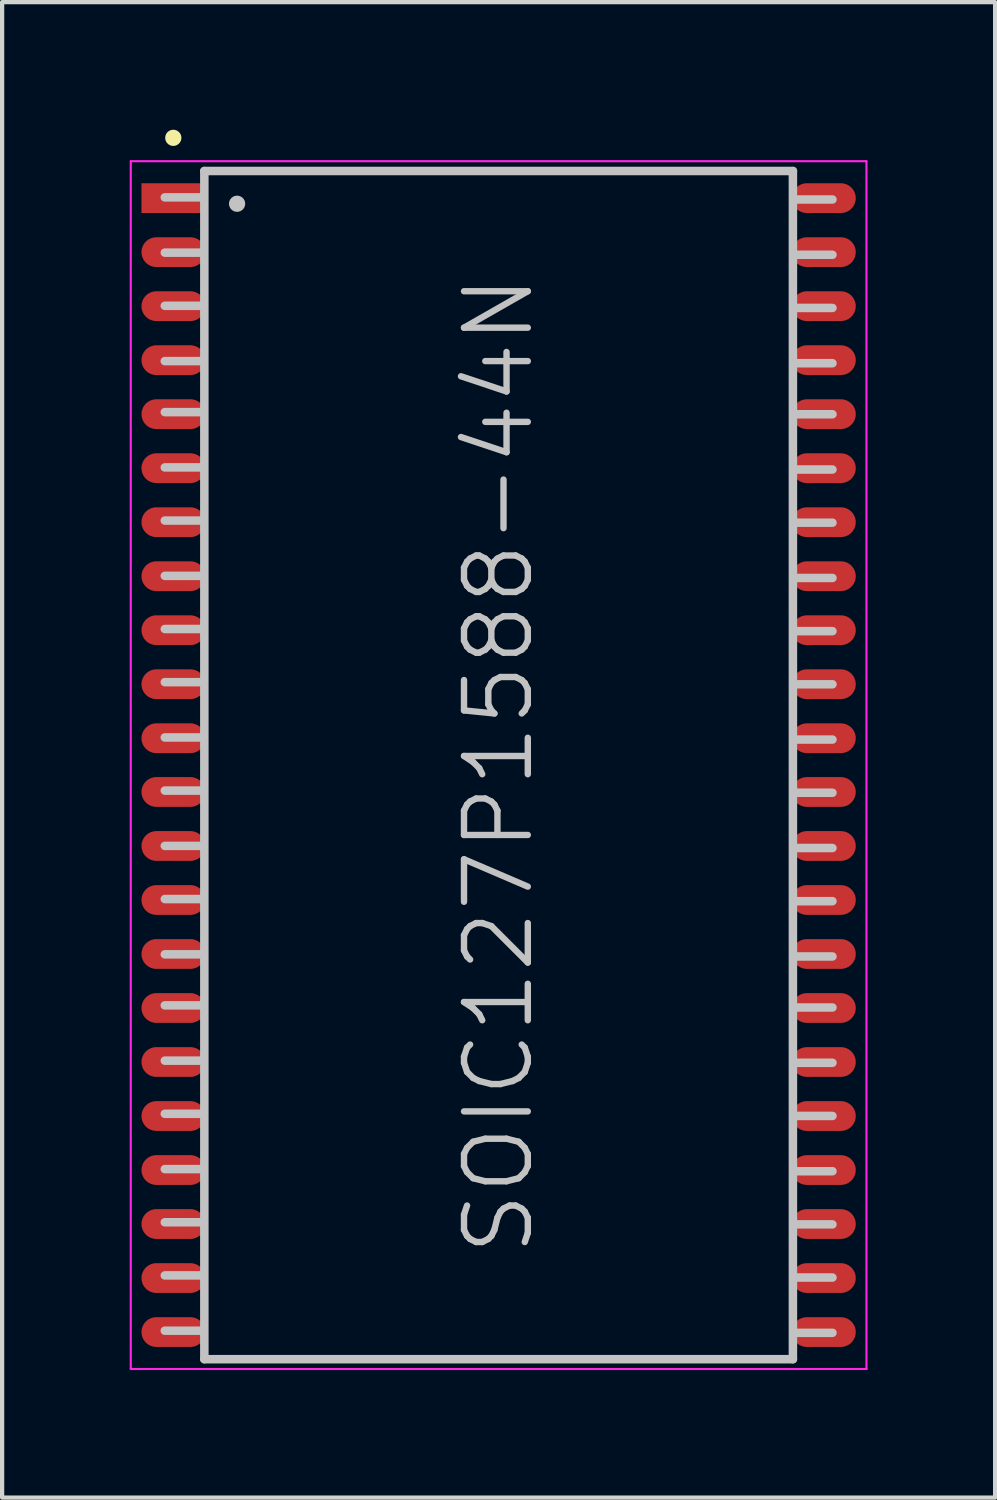
<source format=kicad_pcb>
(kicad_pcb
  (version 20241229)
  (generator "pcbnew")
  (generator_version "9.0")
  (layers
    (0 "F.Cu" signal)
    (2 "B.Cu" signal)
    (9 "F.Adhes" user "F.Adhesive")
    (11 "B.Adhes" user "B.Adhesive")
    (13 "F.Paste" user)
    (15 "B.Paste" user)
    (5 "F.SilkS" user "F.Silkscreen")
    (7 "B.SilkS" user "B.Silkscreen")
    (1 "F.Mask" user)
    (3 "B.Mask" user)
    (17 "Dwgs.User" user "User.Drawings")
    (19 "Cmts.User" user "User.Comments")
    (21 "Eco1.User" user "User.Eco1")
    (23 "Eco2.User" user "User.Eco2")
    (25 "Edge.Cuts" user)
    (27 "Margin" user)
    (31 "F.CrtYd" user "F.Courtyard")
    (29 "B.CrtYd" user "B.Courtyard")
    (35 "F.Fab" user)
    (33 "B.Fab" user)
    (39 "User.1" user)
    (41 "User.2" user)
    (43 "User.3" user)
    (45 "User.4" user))
  (footprint "SOIC127P1588-44N"
    (layer "F.Cu")
    (at 8.675 14.941)
    (property "Reference" "SOIC127P1588-44N" (at 0 0 90) (layer "Dwgs.User") (effects (font (size 1.5 1.5) (thickness 0.15))))
    (attr smd)
    (fp_line (start -7.65 -14.75) (end -7.65 -14.75) (stroke (width 0.381) (type solid)) (layer "F.SilkS"))
    (fp_line (start -6.95 -13.35) (end -7.85 -13.35) (stroke (width 0.2) (type solid)) (layer "Dwgs.User"))
    (fp_line (start -6.95 -12.05) (end -7.85 -12.05) (stroke (width 0.2) (type solid)) (layer "Dwgs.User"))
    (fp_line (start -6.95 -10.8) (end -7.85 -10.8) (stroke (width 0.2) (type solid)) (layer "Dwgs.User"))
    (fp_line (start -6.95 -9.5) (end -7.85 -9.5) (stroke (width 0.2) (type solid)) (layer "Dwgs.User"))
    (fp_line (start -6.95 -8.3) (end -7.85 -8.3) (stroke (width 0.2) (type solid)) (layer "Dwgs.User"))
    (fp_line (start -6.95 -7) (end -7.85 -7) (stroke (width 0.2) (type solid)) (layer "Dwgs.User"))
    (fp_line (start -6.95 -5.75) (end -7.85 -5.75) (stroke (width 0.2) (type solid)) (layer "Dwgs.User"))
    (fp_line (start -6.95 -4.45) (end -7.85 -4.45) (stroke (width 0.2) (type solid)) (layer "Dwgs.User"))
    (fp_line (start -6.95 -3.2) (end -7.85 -3.2) (stroke (width 0.2) (type solid)) (layer "Dwgs.User"))
    (fp_line (start -6.95 -1.95) (end -7.85 -1.95) (stroke (width 0.2) (type solid)) (layer "Dwgs.User"))
    (fp_line (start -6.95 -0.65) (end -7.85 -0.65) (stroke (width 0.2) (type solid)) (layer "Dwgs.User"))
    (fp_line (start -6.95 0.6) (end -7.85 0.6) (stroke (width 0.2) (type solid)) (layer "Dwgs.User"))
    (fp_line (start -6.95 1.9) (end -7.85 1.9) (stroke (width 0.2) (type solid)) (layer "Dwgs.User"))
    (fp_line (start -6.95 3.15) (end -7.85 3.15) (stroke (width 0.2) (type solid)) (layer "Dwgs.User"))
    (fp_line (start -6.95 4.45) (end -7.85 4.45) (stroke (width 0.2) (type solid)) (layer "Dwgs.User"))
    (fp_line (start -6.95 5.65) (end -7.85 5.65) (stroke (width 0.2) (type solid)) (layer "Dwgs.User"))
    (fp_line (start -6.95 6.95) (end -7.85 6.95) (stroke (width 0.2) (type solid)) (layer "Dwgs.User"))
    (fp_line (start -6.95 8.2) (end -7.85 8.2) (stroke (width 0.2) (type solid)) (layer "Dwgs.User"))
    (fp_line (start -6.95 9.5) (end -7.85 9.5) (stroke (width 0.2) (type solid)) (layer "Dwgs.User"))
    (fp_line (start -6.95 10.75) (end -7.85 10.75) (stroke (width 0.2) (type solid)) (layer "Dwgs.User"))
    (fp_line (start -6.95 12) (end -7.85 12) (stroke (width 0.2) (type solid)) (layer "Dwgs.User"))
    (fp_line (start -6.95 13.3) (end -7.85 13.3) (stroke (width 0.2) (type solid)) (layer "Dwgs.User"))
    (fp_line (start -6.92 -13.97) (end -6.92 13.97) (stroke (width 0.2) (type solid)) (layer "Dwgs.User"))
    (fp_line (start -6.92 -13.97) (end 6.92 -13.97) (stroke (width 0.2) (type solid)) (layer "Dwgs.User"))
    (fp_line (start -6.92 13.97) (end 6.92 13.97) (stroke (width 0.2) (type solid)) (layer "Dwgs.User"))
    (fp_line (start -6.15 -13.2) (end -6.15 -13.2) (stroke (width 0.381) (type solid)) (layer "Dwgs.User"))
    (fp_line (start 6.92 -13.97) (end 6.92 13.97) (stroke (width 0.2) (type solid)) (layer "Dwgs.User"))
    (fp_line (start 7.85 -13.3) (end 6.95 -13.3) (stroke (width 0.2) (type solid)) (layer "Dwgs.User"))
    (fp_line (start 7.85 -12) (end 6.95 -12) (stroke (width 0.2) (type solid)) (layer "Dwgs.User"))
    (fp_line (start 7.85 -10.75) (end 6.95 -10.75) (stroke (width 0.2) (type solid)) (layer "Dwgs.User"))
    (fp_line (start 7.85 -9.45) (end 6.95 -9.45) (stroke (width 0.2) (type solid)) (layer "Dwgs.User"))
    (fp_line (start 7.85 -8.25) (end 6.95 -8.25) (stroke (width 0.2) (type solid)) (layer "Dwgs.User"))
    (fp_line (start 7.85 -6.95) (end 6.95 -6.95) (stroke (width 0.2) (type solid)) (layer "Dwgs.User"))
    (fp_line (start 7.85 -5.7) (end 6.95 -5.7) (stroke (width 0.2) (type solid)) (layer "Dwgs.User"))
    (fp_line (start 7.85 -4.4) (end 6.95 -4.4) (stroke (width 0.2) (type solid)) (layer "Dwgs.User"))
    (fp_line (start 7.85 -3.15) (end 6.95 -3.15) (stroke (width 0.2) (type solid)) (layer "Dwgs.User"))
    (fp_line (start 7.85 -1.9) (end 6.95 -1.9) (stroke (width 0.2) (type solid)) (layer "Dwgs.User"))
    (fp_line (start 7.85 -0.6) (end 6.95 -0.6) (stroke (width 0.2) (type solid)) (layer "Dwgs.User"))
    (fp_line (start 7.85 0.65) (end 6.95 0.65) (stroke (width 0.2) (type solid)) (layer "Dwgs.User"))
    (fp_line (start 7.85 1.95) (end 6.95 1.95) (stroke (width 0.2) (type solid)) (layer "Dwgs.User"))
    (fp_line (start 7.85 3.2) (end 6.95 3.2) (stroke (width 0.2) (type solid)) (layer "Dwgs.User"))
    (fp_line (start 7.85 4.5) (end 6.95 4.5) (stroke (width 0.2) (type solid)) (layer "Dwgs.User"))
    (fp_line (start 7.85 5.7) (end 6.95 5.7) (stroke (width 0.2) (type solid)) (layer "Dwgs.User"))
    (fp_line (start 7.85 7) (end 6.95 7) (stroke (width 0.2) (type solid)) (layer "Dwgs.User"))
    (fp_line (start 7.85 8.25) (end 6.95 8.25) (stroke (width 0.2) (type solid)) (layer "Dwgs.User"))
    (fp_line (start 7.85 9.55) (end 6.95 9.55) (stroke (width 0.2) (type solid)) (layer "Dwgs.User"))
    (fp_line (start 7.85 10.8) (end 6.95 10.8) (stroke (width 0.2) (type solid)) (layer "Dwgs.User"))
    (fp_line (start 7.85 12.05) (end 6.95 12.05) (stroke (width 0.2) (type solid)) (layer "Dwgs.User"))
    (fp_line (start 7.85 13.35) (end 6.95 13.35) (stroke (width 0.2) (type solid)) (layer "Dwgs.User"))
    (fp_line (start -8.65 -14.2) (end -8.65 14.2) (stroke (width 0.05) (type solid)) (layer "F.CrtYd"))
    (fp_line (start -8.65 -14.2) (end 8.65 -14.2) (stroke (width 0.05) (type solid)) (layer "F.CrtYd"))
    (fp_line (start -8.65 14.2) (end 8.65 14.2) (stroke (width 0.05) (type solid)) (layer "F.CrtYd"))
    (fp_line (start 8.65 -14.2) (end 8.65 14.2) (stroke (width 0.05) (type solid)) (layer "F.CrtYd"))
    (pad "1" smd rect (at -7.648 -13.332 90) (size 0.7 1.5) (layers "F.Cu" "F.Mask" "F.Paste"))
    (pad "2" smd oval (at -7.648 -12.062 90) (size 0.7 1.5) (layers "F.Cu" "F.Mask" "F.Paste"))
    (pad "3" smd oval (at -7.648 -10.792 90) (size 0.7 1.5) (layers "F.Cu" "F.Mask" "F.Paste"))
    (pad "4" smd oval (at -7.648 -9.522 90) (size 0.7 1.5) (layers "F.Cu" "F.Mask" "F.Paste"))
    (pad "5" smd oval (at -7.648 -8.252 90) (size 0.7 1.5) (layers "F.Cu" "F.Mask" "F.Paste"))
    (pad "6" smd oval (at -7.648 -6.982 90) (size 0.7 1.5) (layers "F.Cu" "F.Mask" "F.Paste"))
    (pad "7" smd oval (at -7.648 -5.712 90) (size 0.7 1.5) (layers "F.Cu" "F.Mask" "F.Paste"))
    (pad "8" smd oval (at -7.648 -4.442 90) (size 0.7 1.5) (layers "F.Cu" "F.Mask" "F.Paste"))
    (pad "9" smd oval (at -7.648 -3.172 90) (size 0.7 1.5) (layers "F.Cu" "F.Mask" "F.Paste"))
    (pad "10" smd oval (at -7.648 -1.902 90) (size 0.7 1.5) (layers "F.Cu" "F.Mask" "F.Paste"))
    (pad "11" smd oval (at -7.648 -0.632 90) (size 0.7 1.5) (layers "F.Cu" "F.Mask" "F.Paste"))
    (pad "12" smd oval (at -7.648 0.632 90) (size 0.7 1.5) (layers "F.Cu" "F.Mask" "F.Paste"))
    (pad "13" smd oval (at -7.648 1.902 90) (size 0.7 1.5) (layers "F.Cu" "F.Mask" "F.Paste"))
    (pad "14" smd oval (at -7.648 3.172 90) (size 0.7 1.5) (layers "F.Cu" "F.Mask" "F.Paste"))
    (pad "15" smd oval (at -7.648 4.442 90) (size 0.7 1.5) (layers "F.Cu" "F.Mask" "F.Paste"))
    (pad "16" smd oval (at -7.648 5.712 90) (size 0.7 1.5) (layers "F.Cu" "F.Mask" "F.Paste"))
    (pad "17" smd oval (at -7.648 6.982 90) (size 0.7 1.5) (layers "F.Cu" "F.Mask" "F.Paste"))
    (pad "18" smd oval (at -7.648 8.252 90) (size 0.7 1.5) (layers "F.Cu" "F.Mask" "F.Paste"))
    (pad "19" smd oval (at -7.648 9.522 90) (size 0.7 1.5) (layers "F.Cu" "F.Mask" "F.Paste"))
    (pad "20" smd oval (at -7.648 10.792 90) (size 0.7 1.5) (layers "F.Cu" "F.Mask" "F.Paste"))
    (pad "21" smd oval (at -7.648 12.062 90) (size 0.7 1.5) (layers "F.Cu" "F.Mask" "F.Paste"))
    (pad "22" smd oval (at -7.648 13.332 90) (size 0.7 1.5) (layers "F.Cu" "F.Mask" "F.Paste"))
    (pad "23" smd oval (at 7.648 13.332 270) (size 0.7 1.5) (layers "F.Cu" "F.Mask" "F.Paste"))
    (pad "24" smd oval (at 7.648 12.062 270) (size 0.7 1.5) (layers "F.Cu" "F.Mask" "F.Paste"))
    (pad "25" smd oval (at 7.648 10.792 270) (size 0.7 1.5) (layers "F.Cu" "F.Mask" "F.Paste"))
    (pad "26" smd oval (at 7.648 9.522 270) (size 0.7 1.5) (layers "F.Cu" "F.Mask" "F.Paste"))
    (pad "27" smd oval (at 7.648 8.252 270) (size 0.7 1.5) (layers "F.Cu" "F.Mask" "F.Paste"))
    (pad "28" smd oval (at 7.648 6.982 270) (size 0.7 1.5) (layers "F.Cu" "F.Mask" "F.Paste"))
    (pad "29" smd oval (at 7.648 5.712 270) (size 0.7 1.5) (layers "F.Cu" "F.Mask" "F.Paste"))
    (pad "30" smd oval (at 7.648 4.442 270) (size 0.7 1.5) (layers "F.Cu" "F.Mask" "F.Paste"))
    (pad "31" smd oval (at 7.648 3.172 270) (size 0.7 1.5) (layers "F.Cu" "F.Mask" "F.Paste"))
    (pad "32" smd oval (at 7.648 1.902 270) (size 0.7 1.5) (layers "F.Cu" "F.Mask" "F.Paste"))
    (pad "33" smd oval (at 7.648 0.632 270) (size 0.7 1.5) (layers "F.Cu" "F.Mask" "F.Paste"))
    (pad "34" smd oval (at 7.648 -0.632 270) (size 0.7 1.5) (layers "F.Cu" "F.Mask" "F.Paste"))
    (pad "35" smd oval (at 7.648 -1.902 270) (size 0.7 1.5) (layers "F.Cu" "F.Mask" "F.Paste"))
    (pad "36" smd oval (at 7.648 -3.172 270) (size 0.7 1.5) (layers "F.Cu" "F.Mask" "F.Paste"))
    (pad "37" smd oval (at 7.648 -4.442 270) (size 0.7 1.5) (layers "F.Cu" "F.Mask" "F.Paste"))
    (pad "38" smd oval (at 7.648 -5.712 270) (size 0.7 1.5) (layers "F.Cu" "F.Mask" "F.Paste"))
    (pad "39" smd oval (at 7.648 -6.982 270) (size 0.7 1.5) (layers "F.Cu" "F.Mask" "F.Paste"))
    (pad "40" smd oval (at 7.648 -8.252 270) (size 0.7 1.5) (layers "F.Cu" "F.Mask" "F.Paste"))
    (pad "41" smd oval (at 7.648 -9.522 270) (size 0.7 1.5) (layers "F.Cu" "F.Mask" "F.Paste"))
    (pad "42" smd oval (at 7.648 -10.792 270) (size 0.7 1.5) (layers "F.Cu" "F.Mask" "F.Paste"))
    (pad "43" smd oval (at 7.648 -12.062 270) (size 0.7 1.5) (layers "F.Cu" "F.Mask" "F.Paste"))
    (pad "44" smd oval (at 7.648 -13.332 270) (size 0.7 1.5) (layers "F.Cu" "F.Mask" "F.Paste")))
  (gr_rect
    (start -3 -3)
    (end 20.35 32.166)
    (stroke (width 0.1) (type default))
    (fill no)
    (layer "Edge.Cuts")))
</source>
